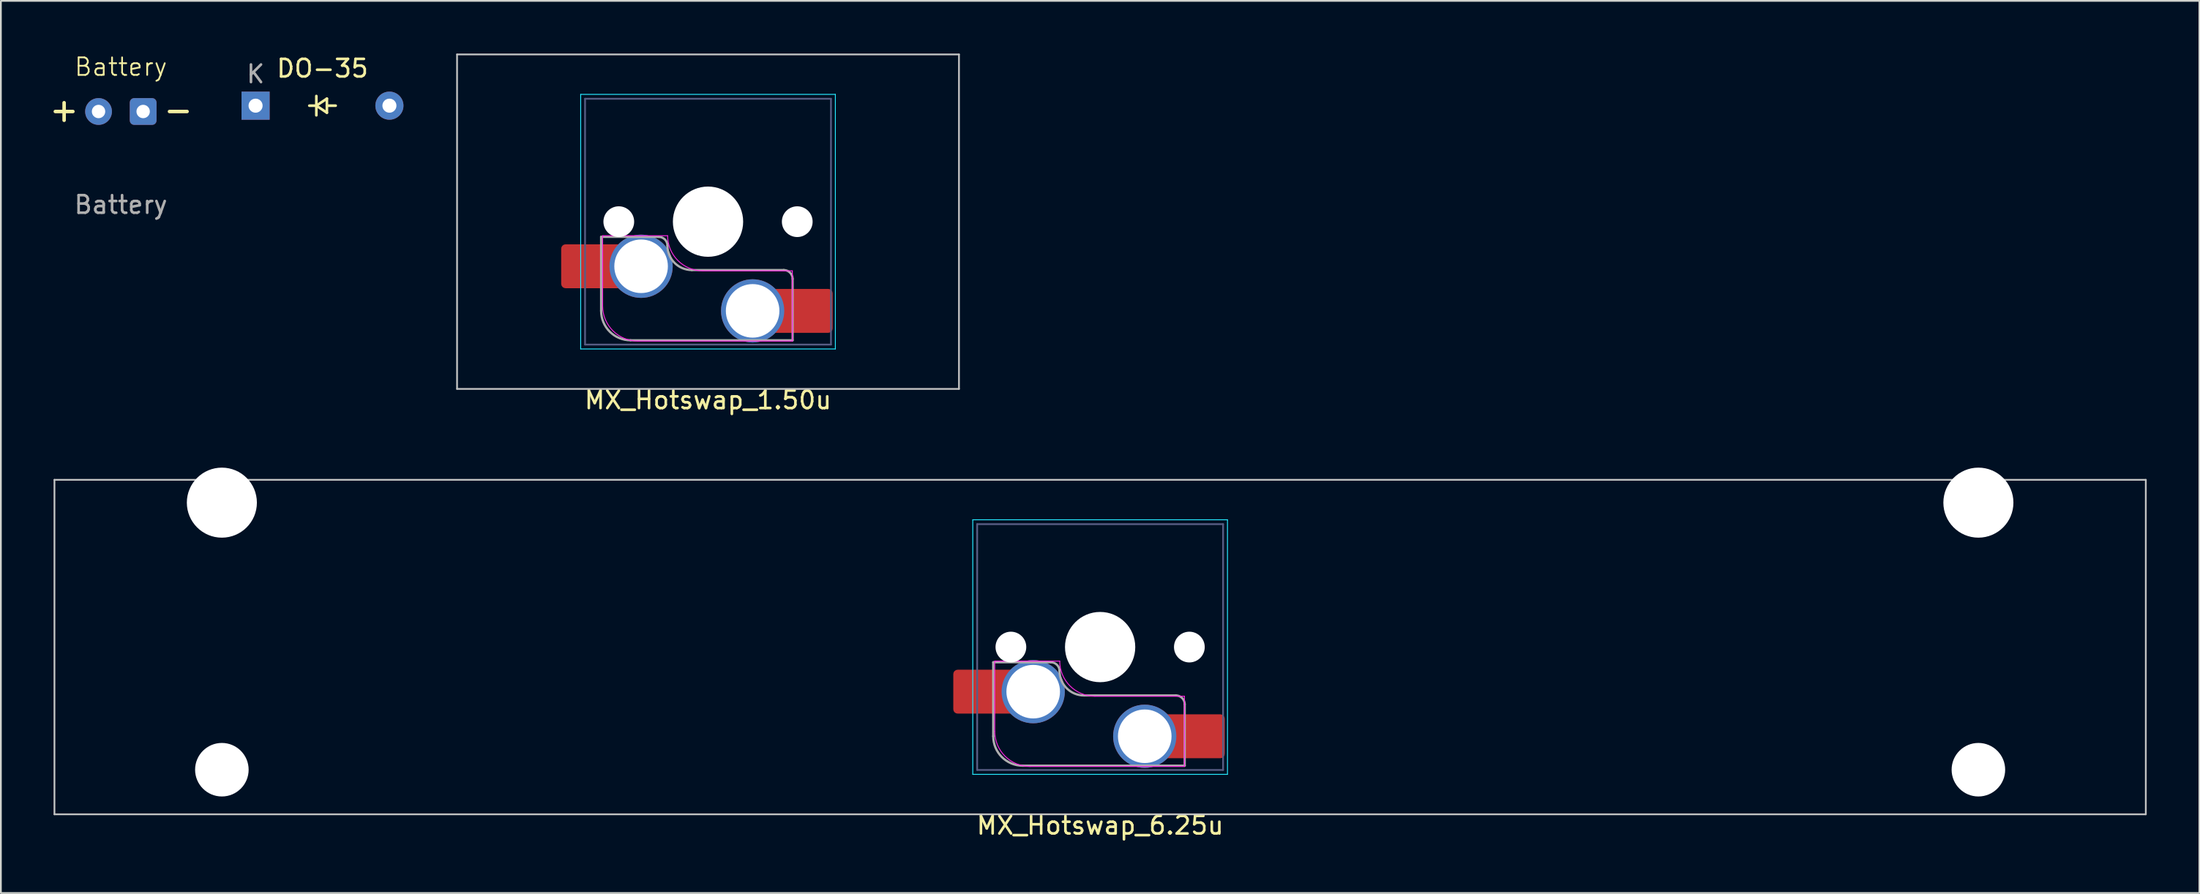
<source format=kicad_pcb>
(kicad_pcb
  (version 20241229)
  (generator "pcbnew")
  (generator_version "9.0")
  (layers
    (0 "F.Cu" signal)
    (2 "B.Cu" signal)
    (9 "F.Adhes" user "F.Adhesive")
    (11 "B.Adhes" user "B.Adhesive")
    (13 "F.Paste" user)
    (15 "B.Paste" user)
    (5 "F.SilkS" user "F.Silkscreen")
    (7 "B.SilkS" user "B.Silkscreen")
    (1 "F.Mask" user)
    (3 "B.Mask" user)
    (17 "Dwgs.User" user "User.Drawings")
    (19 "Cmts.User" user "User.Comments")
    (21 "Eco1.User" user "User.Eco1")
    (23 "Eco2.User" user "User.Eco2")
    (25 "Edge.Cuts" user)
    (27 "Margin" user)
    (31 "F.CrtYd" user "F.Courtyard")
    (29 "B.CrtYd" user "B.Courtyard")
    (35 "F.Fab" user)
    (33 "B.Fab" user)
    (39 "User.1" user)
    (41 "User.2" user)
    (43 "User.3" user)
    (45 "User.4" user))
  (footprint "DO-35"
    (layer "F.Cu")
    (at 11.5 2.968)
    (property "Reference" "DO-35" (at 3.81 -2.12 0) (layer "F.SilkS") (effects (font (size 1 1) (thickness 0.15))))
    (attr through_hole)
    (fp_line (start 3.06 0) (end 3.46 0) (stroke (width 0.15) (type solid)) (layer "F.SilkS"))
    (fp_line (start 3.46 0) (end 3.46 -0.55) (stroke (width 0.15) (type solid)) (layer "F.SilkS"))
    (fp_line (start 3.46 0) (end 3.46 0.55) (stroke (width 0.15) (type solid)) (layer "F.SilkS"))
    (fp_line (start 3.46 0) (end 4.06 -0.4) (stroke (width 0.15) (type solid)) (layer "F.SilkS"))
    (fp_line (start 4.06 -0.4) (end 4.06 0.4) (stroke (width 0.15) (type solid)) (layer "F.SilkS"))
    (fp_line (start 4.06 0) (end 4.56 0) (stroke (width 0.15) (type solid)) (layer "F.SilkS"))
    (fp_line (start 4.06 0.4) (end 3.46 0) (stroke (width 0.15) (type solid)) (layer "F.SilkS"))
    (fp_text user "K" (at 0 -1.8 0) (layer "F.Fab") (effects (font (size 1 1) (thickness 0.15))))
    (pad "1" thru_hole rect (at 0 0) (size 1.6 1.6) (drill 0.8) (layers "*.Cu" "*.Mask"))
    (pad "2" thru_hole oval (at 7.62 0) (size 1.6 1.6) (drill 0.8) (layers "*.Cu" "*.Mask")))
  (footprint "MX_Hotswap_1.50u"
    (layer "F.Cu")
    (at 36.623 13.385)
    (property "Reference" "MX_Hotswap_1.50u" (at 0.635 6.35 0) (layer "F.SilkS") (effects (font (size 1 1) (thickness 0.15))))
    (attr smd)
    (fp_line (start -13.652 -13.335) (end -13.652 5.715) (stroke (width 0.1) (type solid)) (layer "Dwgs.User"))
    (fp_line (start -13.652 5.715) (end 14.922 5.715) (stroke (width 0.1) (type solid)) (layer "Dwgs.User"))
    (fp_line (start 14.922 -13.335) (end -13.652 -13.335) (stroke (width 0.1) (type solid)) (layer "Dwgs.User"))
    (fp_line (start 14.922 5.715) (end 14.922 -13.335) (stroke (width 0.1) (type solid)) (layer "Dwgs.User"))
    (fp_line (start -6.615 -11.06) (end -6.615 3.44) (stroke (width 0.05) (type solid)) (layer "B.CrtYd"))
    (fp_line (start -6.615 3.44) (end 7.885 3.44) (stroke (width 0.05) (type solid)) (layer "B.CrtYd"))
    (fp_line (start 7.885 -11.06) (end -6.615 -11.06) (stroke (width 0.05) (type solid)) (layer "B.CrtYd"))
    (fp_line (start 7.885 3.44) (end 7.885 -11.06) (stroke (width 0.05) (type solid)) (layer "B.CrtYd"))
    (fp_line (start -5.365 0.99) (end -5.365 -3.01) (stroke (width 0.05) (type solid)) (layer "F.CrtYd"))
    (fp_line (start -1.665 -3.01) (end -5.365 -3.01) (stroke (width 0.05) (type solid)) (layer "F.CrtYd"))
    (fp_line (start 5.435 -1.01) (end 0.335 -1.01) (stroke (width 0.05) (type solid)) (layer "F.CrtYd"))
    (fp_line (start 5.435 -1.01) (end 5.435 2.99) (stroke (width 0.05) (type solid)) (layer "F.CrtYd"))
    (fp_line (start 5.435 2.99) (end -3.365 2.99) (stroke (width 0.05) (type solid)) (layer "F.CrtYd"))
    (fp_arc (start -3.365 2.99) (mid -4.779214 2.404214) (end -5.365 0.99) (stroke (width 0.05) (type solid)) (layer "F.CrtYd"))
    (fp_arc (start 0.335 -1.01) (mid -1.079214 -1.595786) (end -1.665 -3.01) (stroke (width 0.05) (type solid)) (layer "F.CrtYd"))
    (fp_line (start -6.365 -10.81) (end -6.365 3.19) (stroke (width 0.1) (type solid)) (layer "B.Fab"))
    (fp_line (start -6.365 3.19) (end 7.635 3.19) (stroke (width 0.1) (type solid)) (layer "B.Fab"))
    (fp_line (start 7.635 -10.81) (end -6.365 -10.81) (stroke (width 0.1) (type solid)) (layer "B.Fab"))
    (fp_line (start 7.635 3.19) (end 7.635 -10.81) (stroke (width 0.1) (type solid)) (layer "B.Fab"))
    (fp_line (start -5.45 -2.945) (end -2.175 -2.945) (stroke (width 0.127) (type solid)) (layer "F.Fab"))
    (fp_line (start -5.45 1.27) (end -5.45 -2.945) (stroke (width 0.127) (type solid)) (layer "F.Fab"))
    (fp_line (start -0.285 -1.055) (end 4.95 -1.055) (stroke (width 0.127) (type solid)) (layer "F.Fab"))
    (fp_line (start 5.45 -0.555) (end 5.45 2.945) (stroke (width 0.127) (type solid)) (layer "F.Fab"))
    (fp_line (start 5.45 2.945) (end -3.775 2.945) (stroke (width 0.127) (type solid)) (layer "F.Fab"))
    (fp_arc (start -3.775 2.945) (mid -4.959404 2.454404) (end -5.45 1.27) (stroke (width 0.127) (type solid)) (layer "F.Fab"))
    (fp_arc (start -2.175 -2.945) (mid -1.821447 -2.798553) (end -1.675 -2.445) (stroke (width 0.127) (type solid)) (layer "F.Fab"))
    (fp_arc (start -0.285 -1.055) (mid -1.267878 -1.462122) (end -1.675 -2.445) (stroke (width 0.127) (type solid)) (layer "F.Fab"))
    (fp_arc (start 4.95 -1.055) (mid 5.303553 -0.908553) (end 5.45 -0.555) (stroke (width 0.127) (type solid)) (layer "F.Fab"))
    (pad "" np_thru_hole circle (at -4.445 -3.81 180) (size 1.75 1.75) (drill 1.75) (layers "*.Cu" "*.Mask"))
    (pad "" np_thru_hole circle (at 0.635 -3.81 180) (size 4 4) (drill 4) (layers "*.Cu" "*.Mask"))
    (pad "" np_thru_hole circle (at 5.715 -3.81 180) (size 1.75 1.75) (drill 1.75) (layers "*.Cu" "*.Mask"))
    (pad "1" smd roundrect (at -5.95 -1.27 180) (size 3.55 2.5) (layers "F.Cu") (roundrect_rratio 0.1))
    (pad "1" thru_hole circle (at -3.175 -1.27 180) (size 3.6 3.6) (drill 3.05) (layers "*.Cu" "*.Mask"))
    (pad "2" thru_hole circle (at 3.175 1.27 180) (size 3.6 3.6) (drill 3.05) (layers "*.Cu" "*.Mask"))
    (pad "2" smd roundrect (at 5.955 1.27 180) (size 3.55 2.5) (layers "F.Cu") (roundrect_rratio 0.1)))
  (footprint "Battery"
    (layer "F.Cu")
    (at 3.83 3.3)
    (property "Reference" "Battery" (at 0 -2.54 0) (unlocked yes) (layer "F.SilkS") (effects (font (size 1 1) (thickness 0.1))))
    (attr through_hole)
    (fp_line (start -3.73 0) (end -2.73 0) (stroke (width 0.2) (type default)) (layer "F.SilkS"))
    (fp_line (start -3.23 -0.5) (end -3.23 0.5) (stroke (width 0.2) (type default)) (layer "F.SilkS"))
    (fp_line (start 2.77 0) (end 3.77 0) (stroke (width 0.2) (type default)) (layer "F.SilkS"))
    (fp_text user "${REFERENCE}" (at 0 5.31 0) (unlocked yes) (layer "F.Fab") (effects (font (size 1 1) (thickness 0.15))))
    (pad "1" thru_hole circle (at -1.27 0) (size 1.524 1.524) (drill 0.762) (layers "*.Cu" "*.Mask"))
    (pad "2" thru_hole roundrect (at 1.27 0) (size 1.524 1.524) (drill 0.762) (layers "*.Cu" "*.Mask") (roundrect_rratio 0.164)))
  (footprint "MX_Hotswap_6.25u"
    (layer "F.Cu")
    (at 58.946 37.612)
    (property "Reference" "MX_Hotswap_6.25u" (at 0.635 6.35 0) (layer "F.SilkS") (effects (font (size 1 1) (thickness 0.15))))
    (attr smd)
    (fp_line (start -58.896 -13.335) (end -58.896 5.715) (stroke (width 0.1) (type solid)) (layer "Dwgs.User"))
    (fp_line (start -58.896 5.715) (end 60.166 5.715) (stroke (width 0.1) (type solid)) (layer "Dwgs.User"))
    (fp_line (start 60.166 -13.335) (end -58.896 -13.335) (stroke (width 0.1) (type solid)) (layer "Dwgs.User"))
    (fp_line (start 60.166 5.715) (end 60.166 -13.335) (stroke (width 0.1) (type solid)) (layer "Dwgs.User"))
    (fp_line (start -52.74 -10.58) (end -52.74 1.72) (stroke (width 0.1) (type solid)) (layer "Eco1.User"))
    (fp_line (start -52.74 1.72) (end -45.99 1.72) (stroke (width 0.1) (type solid)) (layer "Eco1.User"))
    (fp_line (start -45.99 -10.58) (end -52.74 -10.58) (stroke (width 0.1) (type solid)) (layer "Eco1.User"))
    (fp_line (start -45.99 1.72) (end -45.99 -10.58) (stroke (width 0.1) (type solid)) (layer "Eco1.User"))
    (fp_line (start 47.26 -10.58) (end 47.26 1.72) (stroke (width 0.1) (type solid)) (layer "Eco1.User"))
    (fp_line (start 47.26 1.72) (end 54.01 1.72) (stroke (width 0.1) (type solid)) (layer "Eco1.User"))
    (fp_line (start 54.01 -10.58) (end 47.26 -10.58) (stroke (width 0.1) (type solid)) (layer "Eco1.User"))
    (fp_line (start 54.01 1.72) (end 54.01 -10.58) (stroke (width 0.1) (type solid)) (layer "Eco1.User"))
    (fp_line (start -6.615 -11.06) (end -6.615 3.44) (stroke (width 0.05) (type solid)) (layer "B.CrtYd"))
    (fp_line (start -6.615 3.44) (end 7.885 3.44) (stroke (width 0.05) (type solid)) (layer "B.CrtYd"))
    (fp_line (start 7.885 -11.06) (end -6.615 -11.06) (stroke (width 0.05) (type solid)) (layer "B.CrtYd"))
    (fp_line (start 7.885 3.44) (end 7.885 -11.06) (stroke (width 0.05) (type solid)) (layer "B.CrtYd"))
    (fp_line (start -5.365 0.99) (end -5.365 -3.01) (stroke (width 0.05) (type solid)) (layer "F.CrtYd"))
    (fp_line (start -1.665 -3.01) (end -5.365 -3.01) (stroke (width 0.05) (type solid)) (layer "F.CrtYd"))
    (fp_line (start 5.435 -1.01) (end 0.335 -1.01) (stroke (width 0.05) (type solid)) (layer "F.CrtYd"))
    (fp_line (start 5.435 -1.01) (end 5.435 2.99) (stroke (width 0.05) (type solid)) (layer "F.CrtYd"))
    (fp_line (start 5.435 2.99) (end -3.365 2.99) (stroke (width 0.05) (type solid)) (layer "F.CrtYd"))
    (fp_arc (start -3.365 2.99) (mid -4.779214 2.404214) (end -5.365 0.99) (stroke (width 0.05) (type solid)) (layer "F.CrtYd"))
    (fp_arc (start 0.335 -1.01) (mid -1.079214 -1.595786) (end -1.665 -3.01) (stroke (width 0.05) (type solid)) (layer "F.CrtYd"))
    (fp_line (start -6.365 -10.81) (end -6.365 3.19) (stroke (width 0.1) (type solid)) (layer "B.Fab"))
    (fp_line (start -6.365 3.19) (end 7.635 3.19) (stroke (width 0.1) (type solid)) (layer "B.Fab"))
    (fp_line (start 7.635 -10.81) (end -6.365 -10.81) (stroke (width 0.1) (type solid)) (layer "B.Fab"))
    (fp_line (start 7.635 3.19) (end 7.635 -10.81) (stroke (width 0.1) (type solid)) (layer "B.Fab"))
    (fp_line (start -5.45 -2.945) (end -2.175 -2.945) (stroke (width 0.127) (type solid)) (layer "F.Fab"))
    (fp_line (start -5.45 1.27) (end -5.45 -2.945) (stroke (width 0.127) (type solid)) (layer "F.Fab"))
    (fp_line (start -0.285 -1.055) (end 4.95 -1.055) (stroke (width 0.127) (type solid)) (layer "F.Fab"))
    (fp_line (start 5.45 -0.555) (end 5.45 2.945) (stroke (width 0.127) (type solid)) (layer "F.Fab"))
    (fp_line (start 5.45 2.945) (end -3.775 2.945) (stroke (width 0.127) (type solid)) (layer "F.Fab"))
    (fp_arc (start -3.775 2.945) (mid -4.959404 2.454404) (end -5.45 1.27) (stroke (width 0.127) (type solid)) (layer "F.Fab"))
    (fp_arc (start -2.175 -2.945) (mid -1.821447 -2.798553) (end -1.675 -2.445) (stroke (width 0.127) (type solid)) (layer "F.Fab"))
    (fp_arc (start -0.285 -1.055) (mid -1.267878 -1.462122) (end -1.675 -2.445) (stroke (width 0.127) (type solid)) (layer "F.Fab"))
    (fp_arc (start 4.95 -1.055) (mid 5.303553 -0.908553) (end 5.45 -0.555) (stroke (width 0.127) (type solid)) (layer "F.Fab"))
    (pad "" np_thru_hole circle (at -49.365 -12.035 180) (size 3.988 3.988) (drill 3.988) (layers "*.Cu" "*.Mask"))
    (pad "" np_thru_hole circle (at -49.365 3.175 180) (size 3.048 3.048) (drill 3.048) (layers "*.Cu" "*.Mask"))
    (pad "" smd roundrect (at -6.45 -1.27 180) (size 2.55 2.5) (layers "F.Mask" "F.Paste") (roundrect_rratio 0.1))
    (pad "" np_thru_hole circle (at -4.445 -3.81 180) (size 1.75 1.75) (drill 1.75) (layers "*.Cu" "*.Mask"))
    (pad "" np_thru_hole circle (at 0.635 -3.81 180) (size 4 4) (drill 4) (layers "*.Cu" "*.Mask"))
    (pad "" np_thru_hole circle (at 5.715 -3.81 180) (size 1.75 1.75) (drill 1.75) (layers "*.Cu" "*.Mask"))
    (pad "" smd roundrect (at 6.477 1.27 180) (size 2.55 2.5) (layers "F.Mask" "F.Paste") (roundrect_rratio 0.1))
    (pad "" np_thru_hole circle (at 50.635 -12.035 180) (size 3.988 3.988) (drill 3.988) (layers "*.Cu" "*.Mask"))
    (pad "" np_thru_hole circle (at 50.635 3.175 180) (size 3.048 3.048) (drill 3.048) (layers "*.Cu" "*.Mask"))
    (pad "1" smd roundrect (at -5.95 -1.27 180) (size 3.55 2.5) (layers "F.Cu") (roundrect_rratio 0.1))
    (pad "1" thru_hole circle (at -3.175 -1.27 180) (size 3.6 3.6) (drill 3.05) (layers "*.Cu" "*.Mask"))
    (pad "2" thru_hole circle (at 3.175 1.27 180) (size 3.6 3.6) (drill 3.05) (layers "*.Cu" "*.Mask"))
    (pad "2" smd roundrect (at 5.955 1.27 180) (size 3.55 2.5) (layers "F.Cu") (roundrect_rratio 0.1)))
  (gr_rect
    (start -3 -3)
    (end 122.162 47.81)
    (stroke (width 0.1) (type default))
    (fill no)
    (layer "Edge.Cuts")))
</source>
